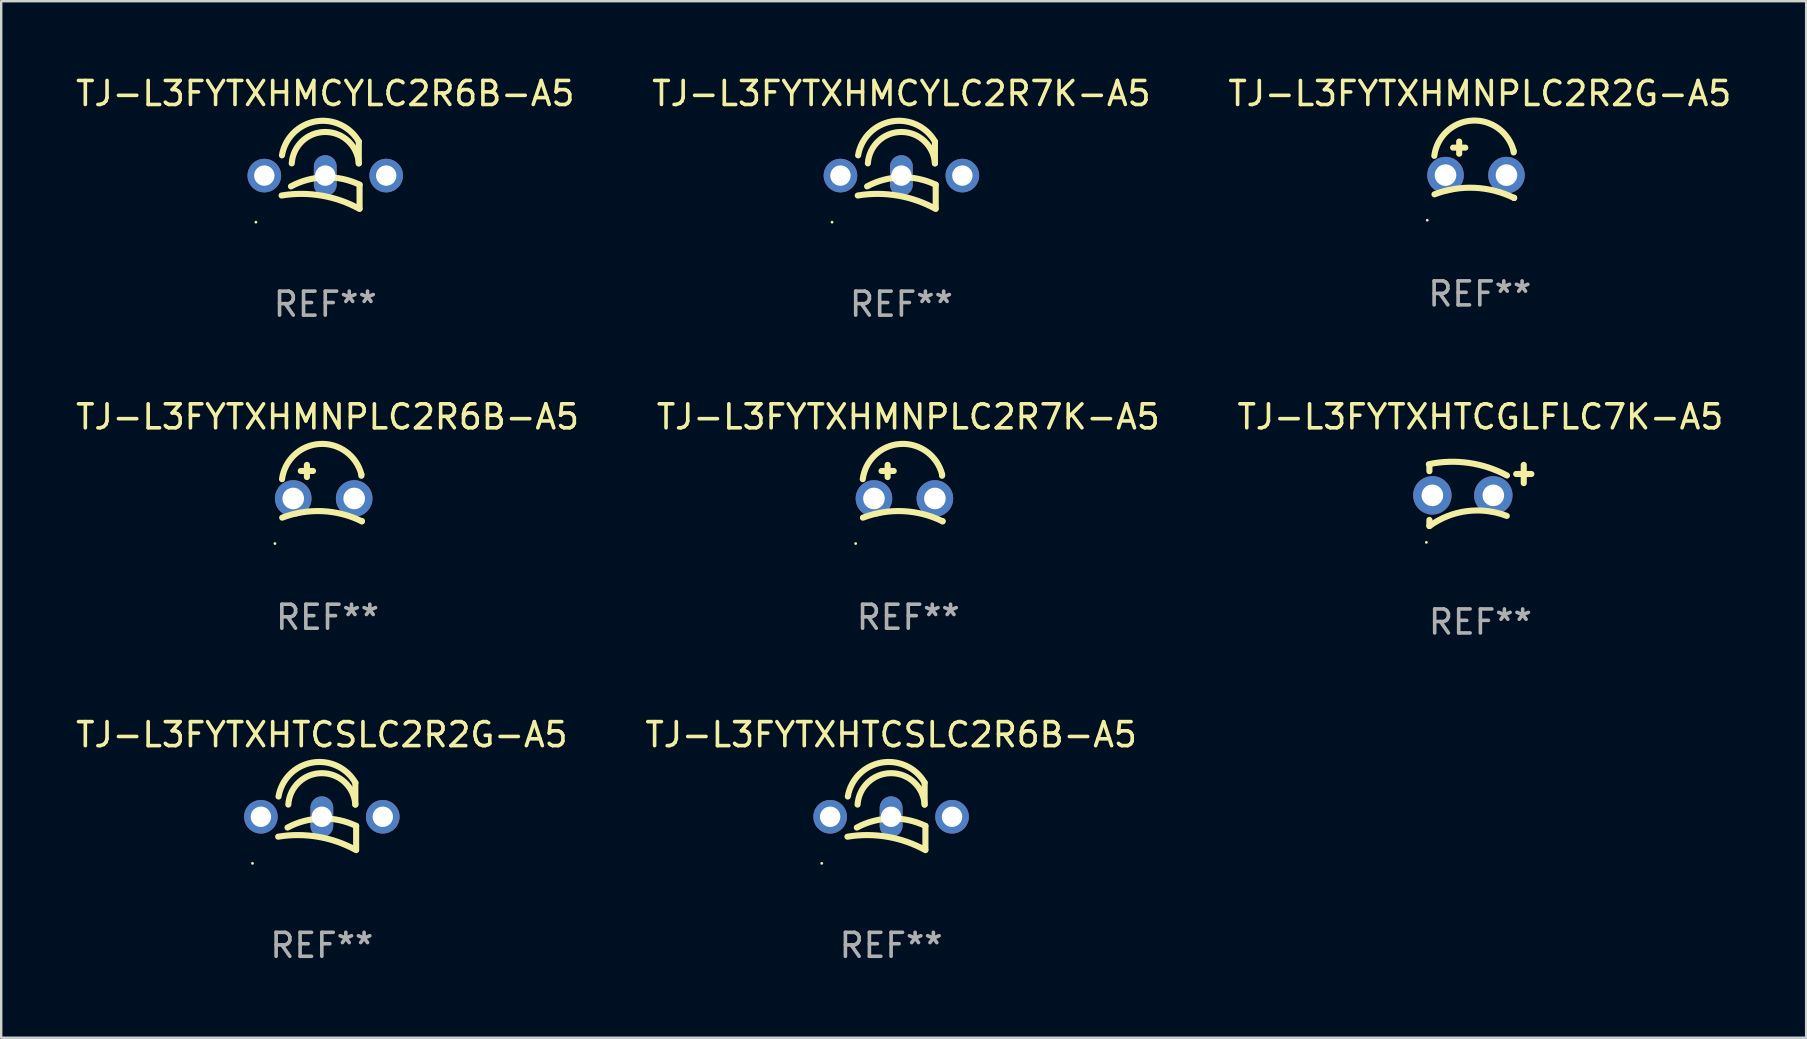
<source format=kicad_pcb>
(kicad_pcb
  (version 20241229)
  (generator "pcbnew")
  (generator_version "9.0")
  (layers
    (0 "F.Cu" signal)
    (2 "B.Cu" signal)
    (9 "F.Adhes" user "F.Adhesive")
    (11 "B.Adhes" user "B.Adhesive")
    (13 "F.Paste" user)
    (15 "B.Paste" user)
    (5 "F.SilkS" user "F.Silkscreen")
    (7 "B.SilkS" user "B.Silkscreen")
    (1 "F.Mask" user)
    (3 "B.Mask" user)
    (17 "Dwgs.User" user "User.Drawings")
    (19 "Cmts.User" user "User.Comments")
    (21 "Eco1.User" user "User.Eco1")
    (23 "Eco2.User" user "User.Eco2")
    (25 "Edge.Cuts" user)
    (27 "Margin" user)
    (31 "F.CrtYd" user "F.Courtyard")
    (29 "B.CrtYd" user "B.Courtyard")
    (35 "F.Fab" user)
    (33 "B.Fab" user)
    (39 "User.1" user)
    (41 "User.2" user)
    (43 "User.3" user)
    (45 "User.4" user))
  (footprint "TJ-L3FYTXHMCYLC2R6B-A5"
    (layer "F.Cu")
    (at 10.506 4.238)
    (property "Reference" "TJ-L3FYTXHMCYLC2R6B-A5" (at 0 -3.39 0) (layer "F.SilkS") (effects (font (size 1 1) (thickness 0.15))))
    (attr through_hole)
    (fp_line (start 1.397 -0.478) (end 1.397 -1.39) (stroke (width 0.254) (type solid)) (layer "F.SilkS"))
    (fp_line (start 1.43 0.41) (end 1.43 1.39) (stroke (width 0.254) (type solid)) (layer "F.SilkS"))
    (fp_arc (start -1.81999 0.859995) (mid -0.147702 0.865515) (end 1.429997 1.41999) (stroke (width 0.254001) (type solid)) (layer "F.SilkS"))
    (fp_arc (start -1.804597 -0.813437) (mid -0.406468 -2.227145) (end 1.397003 -1.389992) (stroke (width 0.254001) (type solid)) (layer "F.SilkS"))
    (fp_arc (start -1.429997 0.48001) (mid -0.008386 0.102367) (end 1.429998 0.410007) (stroke (width 0.254001) (type solid)) (layer "F.SilkS"))
    (fp_arc (start -1.397003 -0.478003) (mid 0 -1.788385) (end 1.397003 -0.478004) (stroke (width 0.254001) (type solid)) (layer "F.SilkS"))
    (fp_circle (center -2.89 1.971) (end -2.86 1.971) (stroke (width 0.06) (type solid)) (fill no) (layer "F.SilkS"))
    (fp_text user "REF**" (at 0 5.39 0) (layer "F.Fab") (effects (font (size 1 1) (thickness 0.15))))
    (pad "1" thru_hole circle (at -2.54 0.03) (size 1.4 1.4) (drill 0.85) (layers "*.Cu" "*.Mask"))
    (pad "2" thru_hole oval (at 0 0.03) (size 0.95 1.7) (drill oval 0.85 0.85) (layers "*.Cu" "*.Mask"))
    (pad "3" thru_hole circle (at 2.54 0.03) (size 1.4 1.4) (drill 0.85) (layers "*.Cu" "*.Mask")))
  (footprint "TJ-L3FYTXHMNPLC2R7K-A5"
    (layer "F.Cu")
    (at 34.804 17.501)
    (property "Reference" "TJ-L3FYTXHMNPLC2R7K-A5" (at 0 -3.176 0) (layer "F.SilkS") (effects (font (size 1 1) (thickness 0.15))))
    (attr through_hole)
    (fp_line (start -1.114 -0.922) (end -0.606 -0.922) (stroke (width 0.254) (type solid)) (layer "F.SilkS"))
    (fp_line (start -0.86 -1.176) (end -0.86 -0.668) (stroke (width 0.254) (type solid)) (layer "F.SilkS"))
    (fp_line (start 1.41 -0.776) (end 1.41 -0.723) (stroke (width 0.254) (type solid)) (layer "F.SilkS"))
    (fp_line (start 1.43 1.176) (end 1.43 1.164) (stroke (width 0.254) (type solid)) (layer "F.SilkS"))
    (fp_arc (start -1.896915 -0.579704) (mid -0.324751 -2.048067) (end 1.4103 -0.776302) (stroke (width 0.254001) (type solid)) (layer "F.SilkS"))
    (fp_arc (start -1.8897 1.023698) (mid -0.214006 0.752438) (end 1.429731 1.176302) (stroke (width 0.254001) (type solid)) (layer "F.SilkS"))
    (fp_circle (center -2.192 2.103) (end -2.162 2.103) (stroke (width 0.06) (type solid)) (fill no) (layer "F.SilkS"))
    (fp_text user "REF**" (at 0 5.176 0) (layer "F.Fab") (effects (font (size 1 1) (thickness 0.15))))
    (pad "1" thru_hole circle (at -1.43 0.224) (size 1.524 1.524) (drill 0.9) (layers "*.Cu" "*.Mask"))
    (pad "2" thru_hole circle (at 1.11 0.224) (size 1.524 1.524) (drill 0.9) (layers "*.Cu" "*.Mask")))
  (footprint "TJ-L3FYTXHTCSLC2R6B-A5"
    (layer "F.Cu")
    (at 34.089 30.961)
    (property "Reference" "TJ-L3FYTXHTCSLC2R6B-A5" (at 0 -3.39 0) (layer "F.SilkS") (effects (font (size 1 1) (thickness 0.15))))
    (attr through_hole)
    (fp_line (start 1.397 -0.478) (end 1.397 -1.39) (stroke (width 0.254) (type solid)) (layer "F.SilkS"))
    (fp_line (start 1.43 0.41) (end 1.43 1.39) (stroke (width 0.254) (type solid)) (layer "F.SilkS"))
    (fp_arc (start -1.81999 0.859995) (mid -0.147702 0.865515) (end 1.429997 1.41999) (stroke (width 0.254001) (type solid)) (layer "F.SilkS"))
    (fp_arc (start -1.804597 -0.813437) (mid -0.406468 -2.227145) (end 1.397003 -1.389992) (stroke (width 0.254001) (type solid)) (layer "F.SilkS"))
    (fp_arc (start -1.429997 0.48001) (mid -0.008386 0.102367) (end 1.429998 0.410007) (stroke (width 0.254001) (type solid)) (layer "F.SilkS"))
    (fp_arc (start -1.397003 -0.478003) (mid 0 -1.788385) (end 1.397003 -0.478004) (stroke (width 0.254001) (type solid)) (layer "F.SilkS"))
    (fp_circle (center -2.89 1.971) (end -2.86 1.971) (stroke (width 0.06) (type solid)) (fill no) (layer "F.SilkS"))
    (fp_text user "REF**" (at 0 5.39 0) (layer "F.Fab") (effects (font (size 1 1) (thickness 0.15))))
    (pad "1" thru_hole circle (at -2.54 0.03) (size 1.4 1.4) (drill 0.85) (layers "*.Cu" "*.Mask"))
    (pad "2" thru_hole oval (at 0 0.03) (size 0.95 1.7) (drill oval 0.85 0.85) (layers "*.Cu" "*.Mask"))
    (pad "3" thru_hole circle (at 2.54 0.03) (size 1.4 1.4) (drill 0.85) (layers "*.Cu" "*.Mask")))
  (footprint "TJ-L3FYTXHMNPLC2R2G-A5"
    (layer "F.Cu")
    (at 58.625 4.025)
    (property "Reference" "TJ-L3FYTXHMNPLC2R2G-A5" (at 0 -3.176 0) (layer "F.SilkS") (effects (font (size 1 1) (thickness 0.15))))
    (attr through_hole)
    (fp_line (start -1.114 -0.922) (end -0.606 -0.922) (stroke (width 0.254) (type solid)) (layer "F.SilkS"))
    (fp_line (start -0.86 -1.176) (end -0.86 -0.668) (stroke (width 0.254) (type solid)) (layer "F.SilkS"))
    (fp_line (start 1.41 -0.776) (end 1.41 -0.723) (stroke (width 0.254) (type solid)) (layer "F.SilkS"))
    (fp_line (start 1.43 1.176) (end 1.43 1.164) (stroke (width 0.254) (type solid)) (layer "F.SilkS"))
    (fp_arc (start -1.896915 -0.579704) (mid -0.324751 -2.048067) (end 1.4103 -0.776302) (stroke (width 0.254001) (type solid)) (layer "F.SilkS"))
    (fp_arc (start -1.8897 1.023698) (mid -0.214006 0.752438) (end 1.429731 1.176302) (stroke (width 0.254001) (type solid)) (layer "F.SilkS"))
    (fp_circle (center -2.192 2.103) (end -2.162 2.103) (stroke (width 0.06) (type solid)) (fill no) (layer "F.SilkS"))
    (fp_text user "REF**" (at 0 5.176 0) (layer "F.Fab") (effects (font (size 1 1) (thickness 0.15))))
    (pad "1" thru_hole circle (at -1.43 0.224) (size 1.524 1.524) (drill 0.9) (layers "*.Cu" "*.Mask"))
    (pad "2" thru_hole circle (at 1.11 0.224) (size 1.524 1.524) (drill 0.9) (layers "*.Cu" "*.Mask")))
  (footprint "TJ-L3FYTXHMNPLC2R6B-A5"
    (layer "F.Cu")
    (at 10.601 17.501)
    (property "Reference" "TJ-L3FYTXHMNPLC2R6B-A5" (at 0 -3.176 0) (layer "F.SilkS") (effects (font (size 1 1) (thickness 0.15))))
    (attr through_hole)
    (fp_line (start -1.114 -0.922) (end -0.606 -0.922) (stroke (width 0.254) (type solid)) (layer "F.SilkS"))
    (fp_line (start -0.86 -1.176) (end -0.86 -0.668) (stroke (width 0.254) (type solid)) (layer "F.SilkS"))
    (fp_line (start 1.41 -0.776) (end 1.41 -0.723) (stroke (width 0.254) (type solid)) (layer "F.SilkS"))
    (fp_line (start 1.43 1.176) (end 1.43 1.164) (stroke (width 0.254) (type solid)) (layer "F.SilkS"))
    (fp_arc (start -1.896915 -0.579704) (mid -0.324751 -2.048067) (end 1.4103 -0.776302) (stroke (width 0.254001) (type solid)) (layer "F.SilkS"))
    (fp_arc (start -1.8897 1.023698) (mid -0.214006 0.752438) (end 1.429731 1.176302) (stroke (width 0.254001) (type solid)) (layer "F.SilkS"))
    (fp_circle (center -2.192 2.103) (end -2.162 2.103) (stroke (width 0.06) (type solid)) (fill no) (layer "F.SilkS"))
    (fp_text user "REF**" (at 0 5.176 0) (layer "F.Fab") (effects (font (size 1 1) (thickness 0.15))))
    (pad "1" thru_hole circle (at -1.43 0.224) (size 1.524 1.524) (drill 0.9) (layers "*.Cu" "*.Mask"))
    (pad "2" thru_hole circle (at 1.11 0.224) (size 1.524 1.524) (drill 0.9) (layers "*.Cu" "*.Mask")))
  (footprint "TJ-L3FYTXHTCGLFLC7K-A5"
    (layer "F.Cu")
    (at 58.649 17.599)
    (property "Reference" "TJ-L3FYTXHTCGLFLC7K-A5" (at 0 -3.275 0) (layer "F.SilkS") (effects (font (size 1 1) (thickness 0.15))))
    (attr through_hole)
    (fp_line (start -2.125 -1.265) (end -2.125 -1.011) (stroke (width 0.254) (type solid)) (layer "F.SilkS"))
    (fp_line (start -2.125 1.275) (end -2.125 1.021) (stroke (width 0.254) (type solid)) (layer "F.SilkS"))
    (fp_line (start 1.49 -0.894) (end 2.125 -0.894) (stroke (width 0.254) (type solid)) (layer "F.SilkS"))
    (fp_line (start 1.807 -0.513) (end 1.807 -1.275) (stroke (width 0.254) (type solid)) (layer "F.SilkS"))
    (fp_arc (start -2.148349 -1.302858) (mid -0.478554 -1.355044) (end 1.107912 -0.831535) (stroke (width 0.254001) (type solid)) (layer "F.SilkS"))
    (fp_arc (start -2.124829 1.27474) (mid -0.565957 0.654289) (end 1.100088 0.852615) (stroke (width 0.254001) (type solid)) (layer "F.SilkS"))
    (fp_circle (center -2.252 1.955) (end -2.222 1.955) (stroke (width 0.06) (type solid)) (fill no) (layer "F.SilkS"))
    (fp_text user "REF**" (at 0 5.275 0) (layer "F.Fab") (effects (font (size 1 1) (thickness 0.15))))
    (pad "1" thru_hole circle (at -2.002 -0.004) (size 1.6 1.6) (drill 0.9) (layers "*.Cu" "*.Mask"))
    (pad "2" thru_hole circle (at 0.538 -0.004) (size 1.6 1.6) (drill 0.9) (layers "*.Cu" "*.Mask")))
  (footprint "TJ-L3FYTXHMCYLC2R7K-A5"
    (layer "F.Cu")
    (at 34.518 4.238)
    (property "Reference" "TJ-L3FYTXHMCYLC2R7K-A5" (at 0 -3.39 0) (layer "F.SilkS") (effects (font (size 1 1) (thickness 0.15))))
    (attr through_hole)
    (fp_line (start 1.397 -0.478) (end 1.397 -1.39) (stroke (width 0.254) (type solid)) (layer "F.SilkS"))
    (fp_line (start 1.43 0.41) (end 1.43 1.39) (stroke (width 0.254) (type solid)) (layer "F.SilkS"))
    (fp_arc (start -1.81999 0.859995) (mid -0.147702 0.865515) (end 1.429997 1.41999) (stroke (width 0.254001) (type solid)) (layer "F.SilkS"))
    (fp_arc (start -1.804597 -0.813437) (mid -0.406468 -2.227145) (end 1.397003 -1.389992) (stroke (width 0.254001) (type solid)) (layer "F.SilkS"))
    (fp_arc (start -1.429997 0.48001) (mid -0.008386 0.102367) (end 1.429998 0.410007) (stroke (width 0.254001) (type solid)) (layer "F.SilkS"))
    (fp_arc (start -1.397003 -0.478003) (mid 0 -1.788385) (end 1.397003 -0.478004) (stroke (width 0.254001) (type solid)) (layer "F.SilkS"))
    (fp_circle (center -2.89 1.971) (end -2.86 1.971) (stroke (width 0.06) (type solid)) (fill no) (layer "F.SilkS"))
    (fp_text user "REF**" (at 0 5.39 0) (layer "F.Fab") (effects (font (size 1 1) (thickness 0.15))))
    (pad "1" thru_hole circle (at -2.54 0.03) (size 1.4 1.4) (drill 0.85) (layers "*.Cu" "*.Mask"))
    (pad "2" thru_hole oval (at 0 0.03) (size 0.95 1.7) (drill oval 0.85 0.85) (layers "*.Cu" "*.Mask"))
    (pad "3" thru_hole circle (at 2.54 0.03) (size 1.4 1.4) (drill 0.85) (layers "*.Cu" "*.Mask")))
  (footprint "TJ-L3FYTXHTCSLC2R2G-A5"
    (layer "F.Cu")
    (at 10.363 30.961)
    (property "Reference" "TJ-L3FYTXHTCSLC2R2G-A5" (at 0 -3.39 0) (layer "F.SilkS") (effects (font (size 1 1) (thickness 0.15))))
    (attr through_hole)
    (fp_line (start 1.397 -0.478) (end 1.397 -1.39) (stroke (width 0.254) (type solid)) (layer "F.SilkS"))
    (fp_line (start 1.43 0.41) (end 1.43 1.39) (stroke (width 0.254) (type solid)) (layer "F.SilkS"))
    (fp_arc (start -1.81999 0.859995) (mid -0.147702 0.865515) (end 1.429997 1.41999) (stroke (width 0.254001) (type solid)) (layer "F.SilkS"))
    (fp_arc (start -1.804597 -0.813437) (mid -0.406468 -2.227145) (end 1.397003 -1.389992) (stroke (width 0.254001) (type solid)) (layer "F.SilkS"))
    (fp_arc (start -1.429997 0.48001) (mid -0.008386 0.102367) (end 1.429998 0.410007) (stroke (width 0.254001) (type solid)) (layer "F.SilkS"))
    (fp_arc (start -1.397003 -0.478003) (mid 0 -1.788385) (end 1.397003 -0.478004) (stroke (width 0.254001) (type solid)) (layer "F.SilkS"))
    (fp_circle (center -2.89 1.971) (end -2.86 1.971) (stroke (width 0.06) (type solid)) (fill no) (layer "F.SilkS"))
    (fp_text user "REF**" (at 0 5.39 0) (layer "F.Fab") (effects (font (size 1 1) (thickness 0.15))))
    (pad "1" thru_hole circle (at -2.54 0.03) (size 1.4 1.4) (drill 0.85) (layers "*.Cu" "*.Mask"))
    (pad "2" thru_hole oval (at 0 0.03) (size 0.95 1.7) (drill oval 0.85 0.85) (layers "*.Cu" "*.Mask"))
    (pad "3" thru_hole circle (at 2.54 0.03) (size 1.4 1.4) (drill 0.85) (layers "*.Cu" "*.Mask")))
  (gr_rect
    (start -3 -3)
    (end 72.226 40.199)
    (stroke (width 0.1) (type default))
    (fill no)
    (layer "Edge.Cuts")))
</source>
